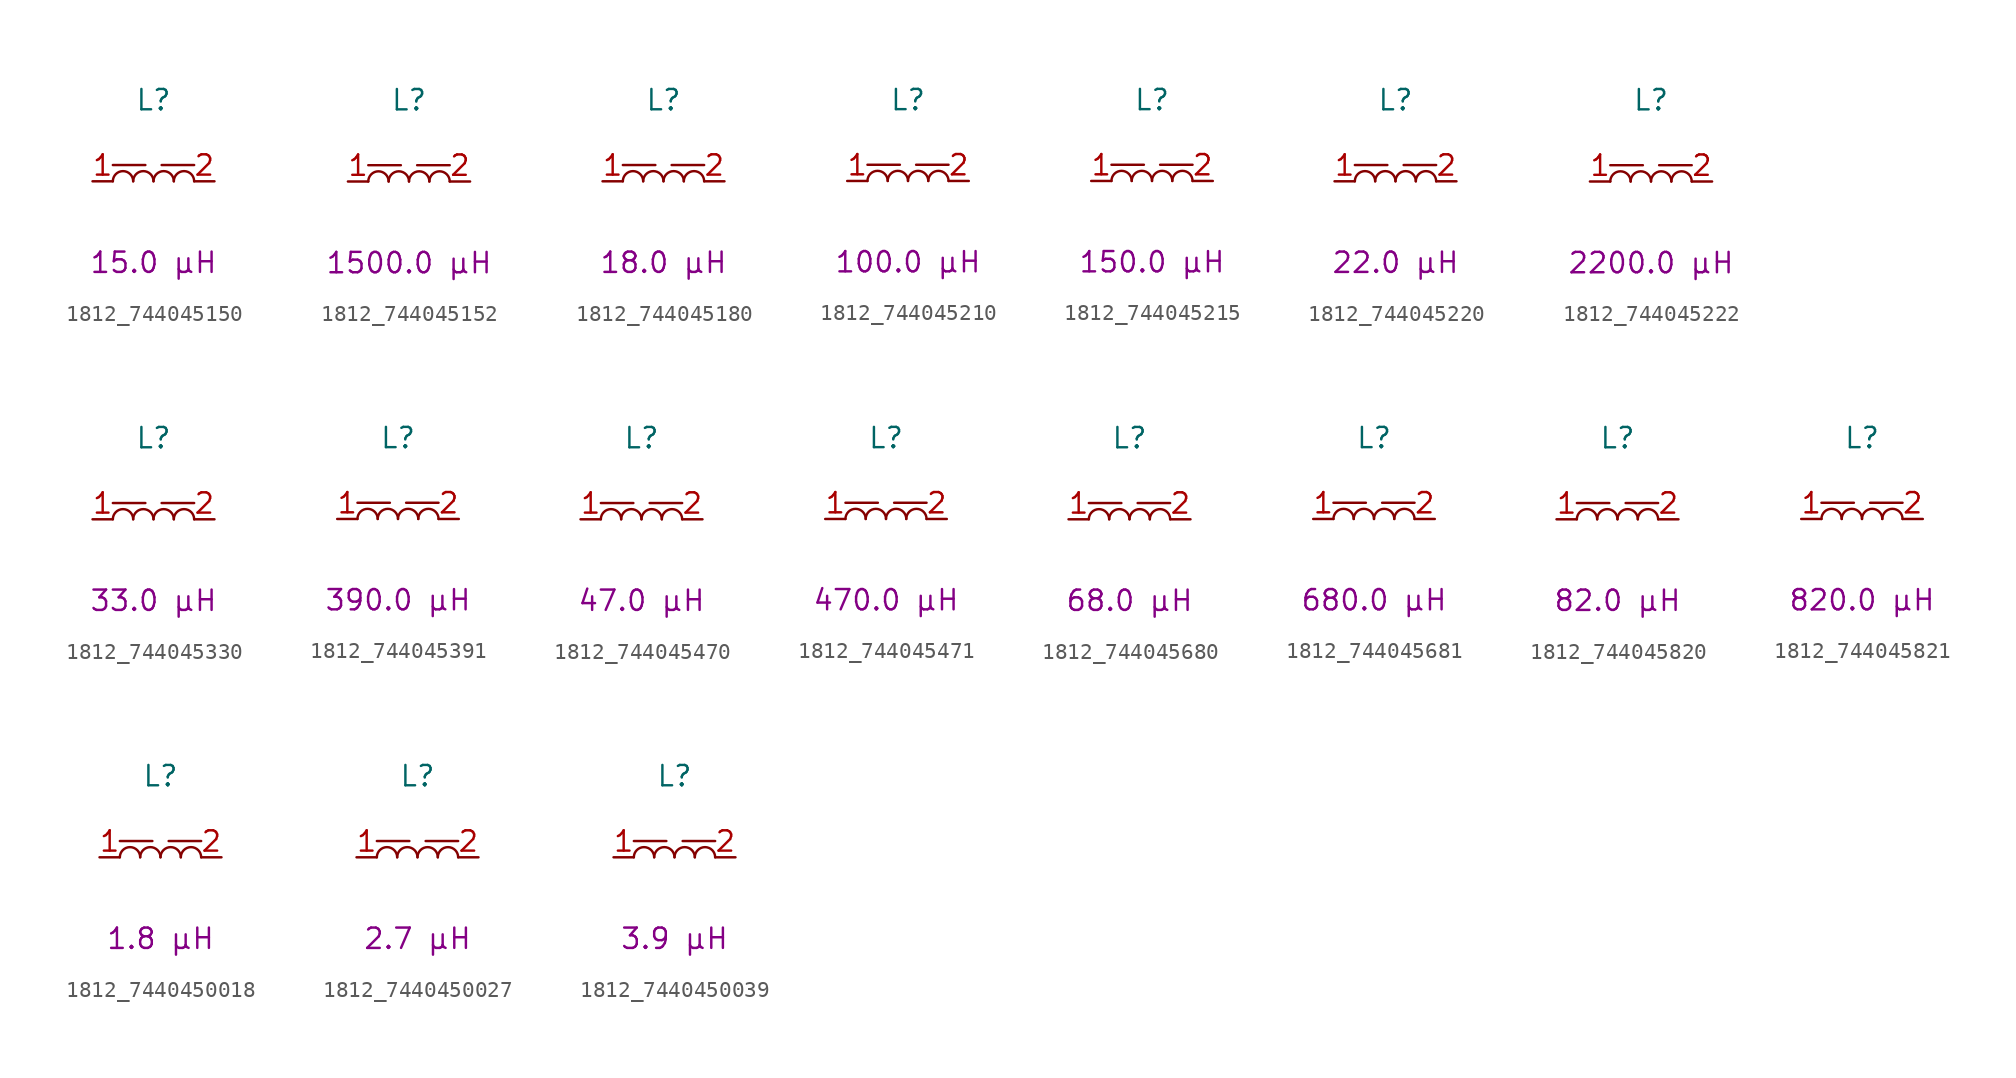
<source format=kicad_sym>
(kicad_symbol_lib
  (version 20220914)
  (generator kicad_symbol_editor)
  (symbol "1812_744045150"
    (pin_names hide)
    (property "Reference" "L"
      (at 0 5.08 0)
      (effects (font (size 1.27 1.27))))
    (property "Critical Parameter" "15.0 µH"
      (at 0 -5.08 0)
      (effects (font (size 1.27 1.27))))
    (symbol "1812_744045150_0_1"
      (arc (start -1.27 0) (mid -1.905 0.6323) (end -2.54 0) (stroke (width 0) (type default)) (fill (type none)))
      (arc (start 0 0) (mid -0.635 0.6323) (end -1.27 0) (stroke (width 0) (type default)) (fill (type none)))
      (polyline (pts (xy -2.54 1.016) (xy -0.508 1.016)) (stroke (width 0) (type default)) (fill (type none)))
      (arc (start 1.27 0) (mid 0.635 0.6323) (end 0 0) (stroke (width 0) (type default)) (fill (type none)))
      (arc (start 2.54 0) (mid 1.905 0.6323) (end 1.27 0) (stroke (width 0) (type default)) (fill (type none))))
    (symbol "1812_744045150_1_1"
      (polyline (pts (xy 2.54 1.016) (xy 0.508 1.016)) (stroke (width 0) (type default)) (fill (type none)))
      (pin passive line (at -3.81 0 0) (length 1.27) (name "1" (effects (font (size 1.27 1.27)))) (number "1" (effects (font (size 1.27 1.27)))))
      (pin passive line (at 3.81 0 180) (length 1.27) (name "2" (effects (font (size 1.27 1.27)))) (number "2" (effects (font (size 1.27 1.27)))))))
  (symbol "1812_744045152"
    (pin_names hide)
    (property "Reference" "L"
      (at 0 5.08 0)
      (effects (font (size 1.27 1.27))))
    (property "Critical Parameter" "1500.0 µH"
      (at 0 -5.08 0)
      (effects (font (size 1.27 1.27))))
    (symbol "1812_744045152_0_1"
      (arc (start -1.27 0) (mid -1.905 0.6323) (end -2.54 0) (stroke (width 0) (type default)) (fill (type none)))
      (arc (start 0 0) (mid -0.635 0.6323) (end -1.27 0) (stroke (width 0) (type default)) (fill (type none)))
      (polyline (pts (xy -2.54 1.016) (xy -0.508 1.016)) (stroke (width 0) (type default)) (fill (type none)))
      (arc (start 1.27 0) (mid 0.635 0.6323) (end 0 0) (stroke (width 0) (type default)) (fill (type none)))
      (arc (start 2.54 0) (mid 1.905 0.6323) (end 1.27 0) (stroke (width 0) (type default)) (fill (type none))))
    (symbol "1812_744045152_1_1"
      (polyline (pts (xy 2.54 1.016) (xy 0.508 1.016)) (stroke (width 0) (type default)) (fill (type none)))
      (pin passive line (at -3.81 0 0) (length 1.27) (name "1" (effects (font (size 1.27 1.27)))) (number "1" (effects (font (size 1.27 1.27)))))
      (pin passive line (at 3.81 0 180) (length 1.27) (name "2" (effects (font (size 1.27 1.27)))) (number "2" (effects (font (size 1.27 1.27)))))))
  (symbol "1812_744045180"
    (pin_names hide)
    (property "Reference" "L"
      (at 0 5.08 0)
      (effects (font (size 1.27 1.27))))
    (property "Critical Parameter" "18.0 µH"
      (at 0 -5.08 0)
      (effects (font (size 1.27 1.27))))
    (symbol "1812_744045180_0_1"
      (arc (start -1.27 0) (mid -1.905 0.6323) (end -2.54 0) (stroke (width 0) (type default)) (fill (type none)))
      (arc (start 0 0) (mid -0.635 0.6323) (end -1.27 0) (stroke (width 0) (type default)) (fill (type none)))
      (polyline (pts (xy -2.54 1.016) (xy -0.508 1.016)) (stroke (width 0) (type default)) (fill (type none)))
      (arc (start 1.27 0) (mid 0.635 0.6323) (end 0 0) (stroke (width 0) (type default)) (fill (type none)))
      (arc (start 2.54 0) (mid 1.905 0.6323) (end 1.27 0) (stroke (width 0) (type default)) (fill (type none))))
    (symbol "1812_744045180_1_1"
      (polyline (pts (xy 2.54 1.016) (xy 0.508 1.016)) (stroke (width 0) (type default)) (fill (type none)))
      (pin passive line (at -3.81 0 0) (length 1.27) (name "1" (effects (font (size 1.27 1.27)))) (number "1" (effects (font (size 1.27 1.27)))))
      (pin passive line (at 3.81 0 180) (length 1.27) (name "2" (effects (font (size 1.27 1.27)))) (number "2" (effects (font (size 1.27 1.27)))))))
  (symbol "1812_744045210"
    (pin_names hide)
    (property "Reference" "L"
      (at 0 5.08 0)
      (effects (font (size 1.27 1.27))))
    (property "Critical Parameter" "100.0 µH"
      (at 0 -5.08 0)
      (effects (font (size 1.27 1.27))))
    (symbol "1812_744045210_0_1"
      (arc (start -1.27 0) (mid -1.905 0.6323) (end -2.54 0) (stroke (width 0) (type default)) (fill (type none)))
      (arc (start 0 0) (mid -0.635 0.6323) (end -1.27 0) (stroke (width 0) (type default)) (fill (type none)))
      (polyline (pts (xy -2.54 1.016) (xy -0.508 1.016)) (stroke (width 0) (type default)) (fill (type none)))
      (arc (start 1.27 0) (mid 0.635 0.6323) (end 0 0) (stroke (width 0) (type default)) (fill (type none)))
      (arc (start 2.54 0) (mid 1.905 0.6323) (end 1.27 0) (stroke (width 0) (type default)) (fill (type none))))
    (symbol "1812_744045210_1_1"
      (polyline (pts (xy 2.54 1.016) (xy 0.508 1.016)) (stroke (width 0) (type default)) (fill (type none)))
      (pin passive line (at -3.81 0 0) (length 1.27) (name "1" (effects (font (size 1.27 1.27)))) (number "1" (effects (font (size 1.27 1.27)))))
      (pin passive line (at 3.81 0 180) (length 1.27) (name "2" (effects (font (size 1.27 1.27)))) (number "2" (effects (font (size 1.27 1.27)))))))
  (symbol "1812_744045215"
    (pin_names hide)
    (property "Reference" "L"
      (at 0 5.08 0)
      (effects (font (size 1.27 1.27))))
    (property "Critical Parameter" "150.0 µH"
      (at 0 -5.08 0)
      (effects (font (size 1.27 1.27))))
    (symbol "1812_744045215_0_1"
      (arc (start -1.27 0) (mid -1.905 0.6323) (end -2.54 0) (stroke (width 0) (type default)) (fill (type none)))
      (arc (start 0 0) (mid -0.635 0.6323) (end -1.27 0) (stroke (width 0) (type default)) (fill (type none)))
      (polyline (pts (xy -2.54 1.016) (xy -0.508 1.016)) (stroke (width 0) (type default)) (fill (type none)))
      (arc (start 1.27 0) (mid 0.635 0.6323) (end 0 0) (stroke (width 0) (type default)) (fill (type none)))
      (arc (start 2.54 0) (mid 1.905 0.6323) (end 1.27 0) (stroke (width 0) (type default)) (fill (type none))))
    (symbol "1812_744045215_1_1"
      (polyline (pts (xy 2.54 1.016) (xy 0.508 1.016)) (stroke (width 0) (type default)) (fill (type none)))
      (pin passive line (at -3.81 0 0) (length 1.27) (name "1" (effects (font (size 1.27 1.27)))) (number "1" (effects (font (size 1.27 1.27)))))
      (pin passive line (at 3.81 0 180) (length 1.27) (name "2" (effects (font (size 1.27 1.27)))) (number "2" (effects (font (size 1.27 1.27)))))))
  (symbol "1812_744045220"
    (pin_names hide)
    (property "Reference" "L"
      (at 0 5.08 0)
      (effects (font (size 1.27 1.27))))
    (property "Critical Parameter" "22.0 µH"
      (at 0 -5.08 0)
      (effects (font (size 1.27 1.27))))
    (symbol "1812_744045220_0_1"
      (arc (start -1.27 0) (mid -1.905 0.6323) (end -2.54 0) (stroke (width 0) (type default)) (fill (type none)))
      (arc (start 0 0) (mid -0.635 0.6323) (end -1.27 0) (stroke (width 0) (type default)) (fill (type none)))
      (polyline (pts (xy -2.54 1.016) (xy -0.508 1.016)) (stroke (width 0) (type default)) (fill (type none)))
      (arc (start 1.27 0) (mid 0.635 0.6323) (end 0 0) (stroke (width 0) (type default)) (fill (type none)))
      (arc (start 2.54 0) (mid 1.905 0.6323) (end 1.27 0) (stroke (width 0) (type default)) (fill (type none))))
    (symbol "1812_744045220_1_1"
      (polyline (pts (xy 2.54 1.016) (xy 0.508 1.016)) (stroke (width 0) (type default)) (fill (type none)))
      (pin passive line (at -3.81 0 0) (length 1.27) (name "1" (effects (font (size 1.27 1.27)))) (number "1" (effects (font (size 1.27 1.27)))))
      (pin passive line (at 3.81 0 180) (length 1.27) (name "2" (effects (font (size 1.27 1.27)))) (number "2" (effects (font (size 1.27 1.27)))))))
  (symbol "1812_744045222"
    (pin_names hide)
    (property "Reference" "L"
      (at 0 5.08 0)
      (effects (font (size 1.27 1.27))))
    (property "Critical Parameter" "2200.0 µH"
      (at 0 -5.08 0)
      (effects (font (size 1.27 1.27))))
    (symbol "1812_744045222_0_1"
      (arc (start -1.27 0) (mid -1.905 0.6323) (end -2.54 0) (stroke (width 0) (type default)) (fill (type none)))
      (arc (start 0 0) (mid -0.635 0.6323) (end -1.27 0) (stroke (width 0) (type default)) (fill (type none)))
      (polyline (pts (xy -2.54 1.016) (xy -0.508 1.016)) (stroke (width 0) (type default)) (fill (type none)))
      (arc (start 1.27 0) (mid 0.635 0.6323) (end 0 0) (stroke (width 0) (type default)) (fill (type none)))
      (arc (start 2.54 0) (mid 1.905 0.6323) (end 1.27 0) (stroke (width 0) (type default)) (fill (type none))))
    (symbol "1812_744045222_1_1"
      (polyline (pts (xy 2.54 1.016) (xy 0.508 1.016)) (stroke (width 0) (type default)) (fill (type none)))
      (pin passive line (at -3.81 0 0) (length 1.27) (name "1" (effects (font (size 1.27 1.27)))) (number "1" (effects (font (size 1.27 1.27)))))
      (pin passive line (at 3.81 0 180) (length 1.27) (name "2" (effects (font (size 1.27 1.27)))) (number "2" (effects (font (size 1.27 1.27)))))))
  (symbol "1812_744045330"
    (pin_names hide)
    (property "Reference" "L"
      (at 0 5.08 0)
      (effects (font (size 1.27 1.27))))
    (property "Critical Parameter" "33.0 µH"
      (at 0 -5.08 0)
      (effects (font (size 1.27 1.27))))
    (symbol "1812_744045330_0_1"
      (arc (start -1.27 0) (mid -1.905 0.6323) (end -2.54 0) (stroke (width 0) (type default)) (fill (type none)))
      (arc (start 0 0) (mid -0.635 0.6323) (end -1.27 0) (stroke (width 0) (type default)) (fill (type none)))
      (polyline (pts (xy -2.54 1.016) (xy -0.508 1.016)) (stroke (width 0) (type default)) (fill (type none)))
      (arc (start 1.27 0) (mid 0.635 0.6323) (end 0 0) (stroke (width 0) (type default)) (fill (type none)))
      (arc (start 2.54 0) (mid 1.905 0.6323) (end 1.27 0) (stroke (width 0) (type default)) (fill (type none))))
    (symbol "1812_744045330_1_1"
      (polyline (pts (xy 2.54 1.016) (xy 0.508 1.016)) (stroke (width 0) (type default)) (fill (type none)))
      (pin passive line (at -3.81 0 0) (length 1.27) (name "1" (effects (font (size 1.27 1.27)))) (number "1" (effects (font (size 1.27 1.27)))))
      (pin passive line (at 3.81 0 180) (length 1.27) (name "2" (effects (font (size 1.27 1.27)))) (number "2" (effects (font (size 1.27 1.27)))))))
  (symbol "1812_744045391"
    (pin_names hide)
    (property "Reference" "L"
      (at 0 5.08 0)
      (effects (font (size 1.27 1.27))))
    (property "Critical Parameter" "390.0 µH"
      (at 0 -5.08 0)
      (effects (font (size 1.27 1.27))))
    (symbol "1812_744045391_0_1"
      (arc (start -1.27 0) (mid -1.905 0.6323) (end -2.54 0) (stroke (width 0) (type default)) (fill (type none)))
      (arc (start 0 0) (mid -0.635 0.6323) (end -1.27 0) (stroke (width 0) (type default)) (fill (type none)))
      (polyline (pts (xy -2.54 1.016) (xy -0.508 1.016)) (stroke (width 0) (type default)) (fill (type none)))
      (arc (start 1.27 0) (mid 0.635 0.6323) (end 0 0) (stroke (width 0) (type default)) (fill (type none)))
      (arc (start 2.54 0) (mid 1.905 0.6323) (end 1.27 0) (stroke (width 0) (type default)) (fill (type none))))
    (symbol "1812_744045391_1_1"
      (polyline (pts (xy 2.54 1.016) (xy 0.508 1.016)) (stroke (width 0) (type default)) (fill (type none)))
      (pin passive line (at -3.81 0 0) (length 1.27) (name "1" (effects (font (size 1.27 1.27)))) (number "1" (effects (font (size 1.27 1.27)))))
      (pin passive line (at 3.81 0 180) (length 1.27) (name "2" (effects (font (size 1.27 1.27)))) (number "2" (effects (font (size 1.27 1.27)))))))
  (symbol "1812_744045470"
    (pin_names hide)
    (property "Reference" "L"
      (at 0 5.08 0)
      (effects (font (size 1.27 1.27))))
    (property "Critical Parameter" "47.0 µH"
      (at 0 -5.08 0)
      (effects (font (size 1.27 1.27))))
    (symbol "1812_744045470_0_1"
      (arc (start -1.27 0) (mid -1.905 0.6323) (end -2.54 0) (stroke (width 0) (type default)) (fill (type none)))
      (arc (start 0 0) (mid -0.635 0.6323) (end -1.27 0) (stroke (width 0) (type default)) (fill (type none)))
      (polyline (pts (xy -2.54 1.016) (xy -0.508 1.016)) (stroke (width 0) (type default)) (fill (type none)))
      (arc (start 1.27 0) (mid 0.635 0.6323) (end 0 0) (stroke (width 0) (type default)) (fill (type none)))
      (arc (start 2.54 0) (mid 1.905 0.6323) (end 1.27 0) (stroke (width 0) (type default)) (fill (type none))))
    (symbol "1812_744045470_1_1"
      (polyline (pts (xy 2.54 1.016) (xy 0.508 1.016)) (stroke (width 0) (type default)) (fill (type none)))
      (pin passive line (at -3.81 0 0) (length 1.27) (name "1" (effects (font (size 1.27 1.27)))) (number "1" (effects (font (size 1.27 1.27)))))
      (pin passive line (at 3.81 0 180) (length 1.27) (name "2" (effects (font (size 1.27 1.27)))) (number "2" (effects (font (size 1.27 1.27)))))))
  (symbol "1812_744045471"
    (pin_names hide)
    (property "Reference" "L"
      (at 0 5.08 0)
      (effects (font (size 1.27 1.27))))
    (property "Critical Parameter" "470.0 µH"
      (at 0 -5.08 0)
      (effects (font (size 1.27 1.27))))
    (symbol "1812_744045471_0_1"
      (arc (start -1.27 0) (mid -1.905 0.6323) (end -2.54 0) (stroke (width 0) (type default)) (fill (type none)))
      (arc (start 0 0) (mid -0.635 0.6323) (end -1.27 0) (stroke (width 0) (type default)) (fill (type none)))
      (polyline (pts (xy -2.54 1.016) (xy -0.508 1.016)) (stroke (width 0) (type default)) (fill (type none)))
      (arc (start 1.27 0) (mid 0.635 0.6323) (end 0 0) (stroke (width 0) (type default)) (fill (type none)))
      (arc (start 2.54 0) (mid 1.905 0.6323) (end 1.27 0) (stroke (width 0) (type default)) (fill (type none))))
    (symbol "1812_744045471_1_1"
      (polyline (pts (xy 2.54 1.016) (xy 0.508 1.016)) (stroke (width 0) (type default)) (fill (type none)))
      (pin passive line (at -3.81 0 0) (length 1.27) (name "1" (effects (font (size 1.27 1.27)))) (number "1" (effects (font (size 1.27 1.27)))))
      (pin passive line (at 3.81 0 180) (length 1.27) (name "2" (effects (font (size 1.27 1.27)))) (number "2" (effects (font (size 1.27 1.27)))))))
  (symbol "1812_744045680"
    (pin_names hide)
    (property "Reference" "L"
      (at 0 5.08 0)
      (effects (font (size 1.27 1.27))))
    (property "Critical Parameter" "68.0 µH"
      (at 0 -5.08 0)
      (effects (font (size 1.27 1.27))))
    (symbol "1812_744045680_0_1"
      (arc (start -1.27 0) (mid -1.905 0.6323) (end -2.54 0) (stroke (width 0) (type default)) (fill (type none)))
      (arc (start 0 0) (mid -0.635 0.6323) (end -1.27 0) (stroke (width 0) (type default)) (fill (type none)))
      (polyline (pts (xy -2.54 1.016) (xy -0.508 1.016)) (stroke (width 0) (type default)) (fill (type none)))
      (arc (start 1.27 0) (mid 0.635 0.6323) (end 0 0) (stroke (width 0) (type default)) (fill (type none)))
      (arc (start 2.54 0) (mid 1.905 0.6323) (end 1.27 0) (stroke (width 0) (type default)) (fill (type none))))
    (symbol "1812_744045680_1_1"
      (polyline (pts (xy 2.54 1.016) (xy 0.508 1.016)) (stroke (width 0) (type default)) (fill (type none)))
      (pin passive line (at -3.81 0 0) (length 1.27) (name "1" (effects (font (size 1.27 1.27)))) (number "1" (effects (font (size 1.27 1.27)))))
      (pin passive line (at 3.81 0 180) (length 1.27) (name "2" (effects (font (size 1.27 1.27)))) (number "2" (effects (font (size 1.27 1.27)))))))
  (symbol "1812_744045681"
    (pin_names hide)
    (property "Reference" "L"
      (at 0 5.08 0)
      (effects (font (size 1.27 1.27))))
    (property "Critical Parameter" "680.0 µH"
      (at 0 -5.08 0)
      (effects (font (size 1.27 1.27))))
    (symbol "1812_744045681_0_1"
      (arc (start -1.27 0) (mid -1.905 0.6323) (end -2.54 0) (stroke (width 0) (type default)) (fill (type none)))
      (arc (start 0 0) (mid -0.635 0.6323) (end -1.27 0) (stroke (width 0) (type default)) (fill (type none)))
      (polyline (pts (xy -2.54 1.016) (xy -0.508 1.016)) (stroke (width 0) (type default)) (fill (type none)))
      (arc (start 1.27 0) (mid 0.635 0.6323) (end 0 0) (stroke (width 0) (type default)) (fill (type none)))
      (arc (start 2.54 0) (mid 1.905 0.6323) (end 1.27 0) (stroke (width 0) (type default)) (fill (type none))))
    (symbol "1812_744045681_1_1"
      (polyline (pts (xy 2.54 1.016) (xy 0.508 1.016)) (stroke (width 0) (type default)) (fill (type none)))
      (pin passive line (at -3.81 0 0) (length 1.27) (name "1" (effects (font (size 1.27 1.27)))) (number "1" (effects (font (size 1.27 1.27)))))
      (pin passive line (at 3.81 0 180) (length 1.27) (name "2" (effects (font (size 1.27 1.27)))) (number "2" (effects (font (size 1.27 1.27)))))))
  (symbol "1812_744045820"
    (pin_names hide)
    (property "Reference" "L"
      (at 0 5.08 0)
      (effects (font (size 1.27 1.27))))
    (property "Critical Parameter" "82.0 µH"
      (at 0 -5.08 0)
      (effects (font (size 1.27 1.27))))
    (symbol "1812_744045820_0_1"
      (arc (start -1.27 0) (mid -1.905 0.6323) (end -2.54 0) (stroke (width 0) (type default)) (fill (type none)))
      (arc (start 0 0) (mid -0.635 0.6323) (end -1.27 0) (stroke (width 0) (type default)) (fill (type none)))
      (polyline (pts (xy -2.54 1.016) (xy -0.508 1.016)) (stroke (width 0) (type default)) (fill (type none)))
      (arc (start 1.27 0) (mid 0.635 0.6323) (end 0 0) (stroke (width 0) (type default)) (fill (type none)))
      (arc (start 2.54 0) (mid 1.905 0.6323) (end 1.27 0) (stroke (width 0) (type default)) (fill (type none))))
    (symbol "1812_744045820_1_1"
      (polyline (pts (xy 2.54 1.016) (xy 0.508 1.016)) (stroke (width 0) (type default)) (fill (type none)))
      (pin passive line (at -3.81 0 0) (length 1.27) (name "1" (effects (font (size 1.27 1.27)))) (number "1" (effects (font (size 1.27 1.27)))))
      (pin passive line (at 3.81 0 180) (length 1.27) (name "2" (effects (font (size 1.27 1.27)))) (number "2" (effects (font (size 1.27 1.27)))))))
  (symbol "1812_744045821"
    (pin_names hide)
    (property "Reference" "L"
      (at 0 5.08 0)
      (effects (font (size 1.27 1.27))))
    (property "Critical Parameter" "820.0 µH"
      (at 0 -5.08 0)
      (effects (font (size 1.27 1.27))))
    (symbol "1812_744045821_0_1"
      (arc (start -1.27 0) (mid -1.905 0.6323) (end -2.54 0) (stroke (width 0) (type default)) (fill (type none)))
      (arc (start 0 0) (mid -0.635 0.6323) (end -1.27 0) (stroke (width 0) (type default)) (fill (type none)))
      (polyline (pts (xy -2.54 1.016) (xy -0.508 1.016)) (stroke (width 0) (type default)) (fill (type none)))
      (arc (start 1.27 0) (mid 0.635 0.6323) (end 0 0) (stroke (width 0) (type default)) (fill (type none)))
      (arc (start 2.54 0) (mid 1.905 0.6323) (end 1.27 0) (stroke (width 0) (type default)) (fill (type none))))
    (symbol "1812_744045821_1_1"
      (polyline (pts (xy 2.54 1.016) (xy 0.508 1.016)) (stroke (width 0) (type default)) (fill (type none)))
      (pin passive line (at -3.81 0 0) (length 1.27) (name "1" (effects (font (size 1.27 1.27)))) (number "1" (effects (font (size 1.27 1.27)))))
      (pin passive line (at 3.81 0 180) (length 1.27) (name "2" (effects (font (size 1.27 1.27)))) (number "2" (effects (font (size 1.27 1.27)))))))
  (symbol "1812_7440450018"
    (pin_names hide)
    (property "Reference" "L"
      (at 0 5.08 0)
      (effects (font (size 1.27 1.27))))
    (property "Critical Parameter" "1.8 µH"
      (at 0 -5.08 0)
      (effects (font (size 1.27 1.27))))
    (symbol "1812_7440450018_0_1"
      (arc (start -1.27 0) (mid -1.905 0.6323) (end -2.54 0) (stroke (width 0) (type default)) (fill (type none)))
      (arc (start 0 0) (mid -0.635 0.6323) (end -1.27 0) (stroke (width 0) (type default)) (fill (type none)))
      (polyline (pts (xy -2.54 1.016) (xy -0.508 1.016)) (stroke (width 0) (type default)) (fill (type none)))
      (arc (start 1.27 0) (mid 0.635 0.6323) (end 0 0) (stroke (width 0) (type default)) (fill (type none)))
      (arc (start 2.54 0) (mid 1.905 0.6323) (end 1.27 0) (stroke (width 0) (type default)) (fill (type none))))
    (symbol "1812_7440450018_1_1"
      (polyline (pts (xy 2.54 1.016) (xy 0.508 1.016)) (stroke (width 0) (type default)) (fill (type none)))
      (pin passive line (at -3.81 0 0) (length 1.27) (name "1" (effects (font (size 1.27 1.27)))) (number "1" (effects (font (size 1.27 1.27)))))
      (pin passive line (at 3.81 0 180) (length 1.27) (name "2" (effects (font (size 1.27 1.27)))) (number "2" (effects (font (size 1.27 1.27)))))))
  (symbol "1812_7440450027"
    (pin_names hide)
    (property "Reference" "L"
      (at 0 5.08 0)
      (effects (font (size 1.27 1.27))))
    (property "Critical Parameter" "2.7 µH"
      (at 0 -5.08 0)
      (effects (font (size 1.27 1.27))))
    (symbol "1812_7440450027_0_1"
      (arc (start -1.27 0) (mid -1.905 0.6323) (end -2.54 0) (stroke (width 0) (type default)) (fill (type none)))
      (arc (start 0 0) (mid -0.635 0.6323) (end -1.27 0) (stroke (width 0) (type default)) (fill (type none)))
      (polyline (pts (xy -2.54 1.016) (xy -0.508 1.016)) (stroke (width 0) (type default)) (fill (type none)))
      (arc (start 1.27 0) (mid 0.635 0.6323) (end 0 0) (stroke (width 0) (type default)) (fill (type none)))
      (arc (start 2.54 0) (mid 1.905 0.6323) (end 1.27 0) (stroke (width 0) (type default)) (fill (type none))))
    (symbol "1812_7440450027_1_1"
      (polyline (pts (xy 2.54 1.016) (xy 0.508 1.016)) (stroke (width 0) (type default)) (fill (type none)))
      (pin passive line (at -3.81 0 0) (length 1.27) (name "1" (effects (font (size 1.27 1.27)))) (number "1" (effects (font (size 1.27 1.27)))))
      (pin passive line (at 3.81 0 180) (length 1.27) (name "2" (effects (font (size 1.27 1.27)))) (number "2" (effects (font (size 1.27 1.27)))))))
  (symbol "1812_7440450039"
    (pin_names hide)
    (property "Reference" "L"
      (at 0 5.08 0)
      (effects (font (size 1.27 1.27))))
    (property "Critical Parameter" "3.9 µH"
      (at 0 -5.08 0)
      (effects (font (size 1.27 1.27))))
    (symbol "1812_7440450039_0_1"
      (arc (start -1.27 0) (mid -1.905 0.6323) (end -2.54 0) (stroke (width 0) (type default)) (fill (type none)))
      (arc (start 0 0) (mid -0.635 0.6323) (end -1.27 0) (stroke (width 0) (type default)) (fill (type none)))
      (polyline (pts (xy -2.54 1.016) (xy -0.508 1.016)) (stroke (width 0) (type default)) (fill (type none)))
      (arc (start 1.27 0) (mid 0.635 0.6323) (end 0 0) (stroke (width 0) (type default)) (fill (type none)))
      (arc (start 2.54 0) (mid 1.905 0.6323) (end 1.27 0) (stroke (width 0) (type default)) (fill (type none))))
    (symbol "1812_7440450039_1_1"
      (polyline (pts (xy 2.54 1.016) (xy 0.508 1.016)) (stroke (width 0) (type default)) (fill (type none)))
      (pin passive line (at -3.81 0 0) (length 1.27) (name "1" (effects (font (size 1.27 1.27)))) (number "1" (effects (font (size 1.27 1.27)))))
      (pin passive line (at 3.81 0 180) (length 1.27) (name "2" (effects (font (size 1.27 1.27)))) (number "2" (effects (font (size 1.27 1.27))))))))
</source>
